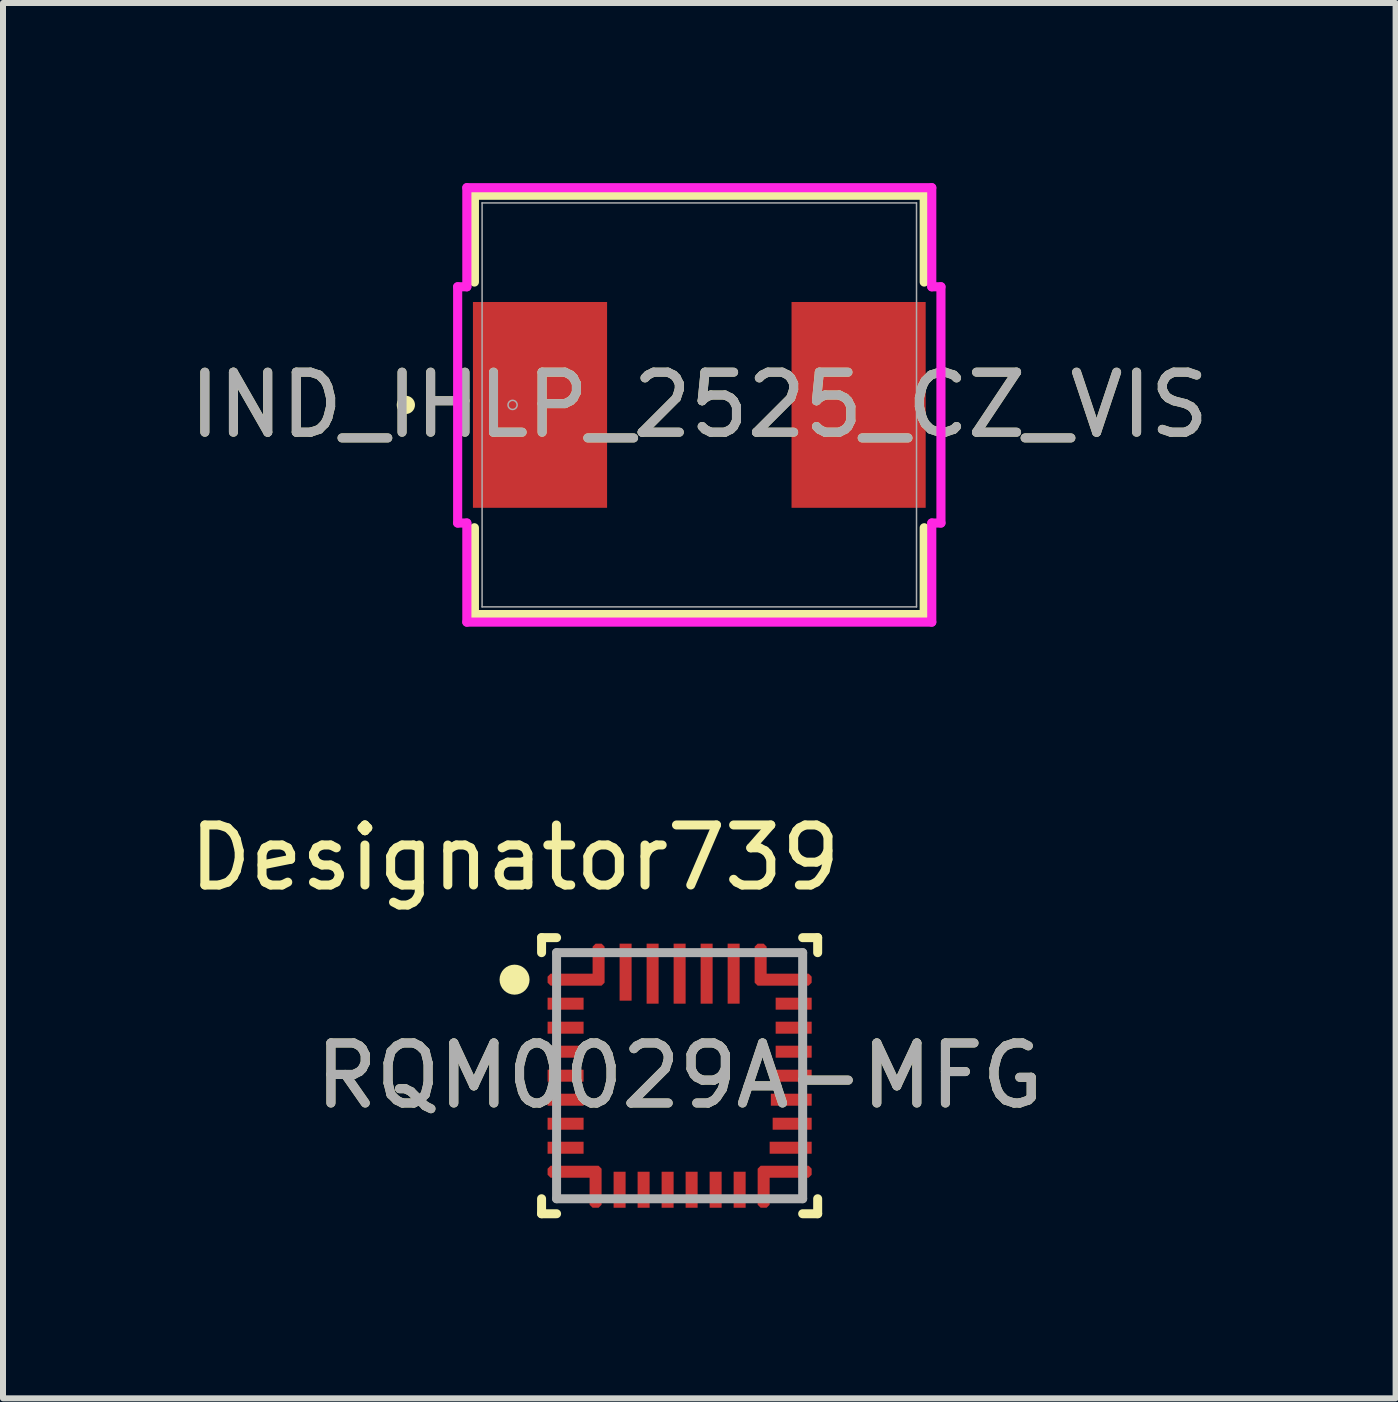
<source format=kicad_pcb>
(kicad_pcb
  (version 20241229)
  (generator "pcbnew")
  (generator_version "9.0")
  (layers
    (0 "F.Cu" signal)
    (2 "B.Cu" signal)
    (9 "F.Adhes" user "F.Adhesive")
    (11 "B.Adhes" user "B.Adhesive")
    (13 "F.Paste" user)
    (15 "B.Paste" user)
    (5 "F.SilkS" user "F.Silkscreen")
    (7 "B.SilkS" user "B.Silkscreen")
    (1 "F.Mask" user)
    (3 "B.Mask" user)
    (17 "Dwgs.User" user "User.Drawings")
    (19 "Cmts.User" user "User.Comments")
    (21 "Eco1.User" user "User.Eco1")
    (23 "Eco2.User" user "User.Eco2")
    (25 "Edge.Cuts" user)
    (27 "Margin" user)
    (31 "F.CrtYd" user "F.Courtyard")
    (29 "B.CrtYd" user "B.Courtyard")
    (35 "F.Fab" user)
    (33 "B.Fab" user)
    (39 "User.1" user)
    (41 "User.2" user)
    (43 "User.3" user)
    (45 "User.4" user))
  (footprint "IND_IHLP_2525_CZ_VIS"
    (layer "F.Cu")
    (at 8.601 3.696)
    (property "Reference" "IND_IHLP_2525_CZ_VIS" (at 0 0 0) (unlocked yes) (layer "F.SilkS") (effects (font (size 1 1) (thickness 0.15))))
    (attr smd)
    (fp_line (start -3.747 -3.493) (end -3.747 -2.047) (stroke (width 0.152) (type solid)) (layer "F.SilkS"))
    (fp_line (start -3.747 2.047) (end -3.747 3.493) (stroke (width 0.152) (type solid)) (layer "F.SilkS"))
    (fp_line (start -3.747 3.493) (end 3.747 3.493) (stroke (width 0.152) (type solid)) (layer "F.SilkS"))
    (fp_line (start 3.747 -3.493) (end -3.747 -3.493) (stroke (width 0.152) (type solid)) (layer "F.SilkS"))
    (fp_line (start 3.747 -2.047) (end 3.747 -3.493) (stroke (width 0.152) (type solid)) (layer "F.SilkS"))
    (fp_line (start 3.747 3.493) (end 3.747 2.047) (stroke (width 0.152) (type solid)) (layer "F.SilkS"))
    (fp_circle (center -4.889 0) (end -4.813 0) (stroke (width 0.152) (type solid)) (fill no) (layer "F.SilkS"))
    (fp_line (start -4.026 -1.968) (end -3.873 -1.968) (stroke (width 0.152) (type solid)) (layer "F.CrtYd"))
    (fp_line (start -4.026 1.968) (end -4.026 -1.968) (stroke (width 0.152) (type solid)) (layer "F.CrtYd"))
    (fp_line (start -3.873 -3.619) (end 3.873 -3.619) (stroke (width 0.152) (type solid)) (layer "F.CrtYd"))
    (fp_line (start -3.873 -1.968) (end -3.873 -3.619) (stroke (width 0.152) (type solid)) (layer "F.CrtYd"))
    (fp_line (start -3.873 1.968) (end -4.026 1.968) (stroke (width 0.152) (type solid)) (layer "F.CrtYd"))
    (fp_line (start -3.873 3.619) (end -3.873 1.968) (stroke (width 0.152) (type solid)) (layer "F.CrtYd"))
    (fp_line (start 3.873 -3.619) (end 3.873 -1.968) (stroke (width 0.152) (type solid)) (layer "F.CrtYd"))
    (fp_line (start 3.873 -1.968) (end 4.026 -1.968) (stroke (width 0.152) (type solid)) (layer "F.CrtYd"))
    (fp_line (start 3.873 1.968) (end 3.873 3.619) (stroke (width 0.152) (type solid)) (layer "F.CrtYd"))
    (fp_line (start 3.873 3.619) (end -3.873 3.619) (stroke (width 0.152) (type solid)) (layer "F.CrtYd"))
    (fp_line (start 4.026 -1.968) (end 4.026 1.968) (stroke (width 0.152) (type solid)) (layer "F.CrtYd"))
    (fp_line (start 4.026 1.968) (end 3.873 1.968) (stroke (width 0.152) (type solid)) (layer "F.CrtYd"))
    (fp_line (start -3.619 -3.365) (end -3.619 3.365) (stroke (width 0.025) (type solid)) (layer "F.Fab"))
    (fp_line (start -3.619 3.365) (end 3.619 3.365) (stroke (width 0.025) (type solid)) (layer "F.Fab"))
    (fp_line (start 3.619 -3.365) (end -3.619 -3.365) (stroke (width 0.025) (type solid)) (layer "F.Fab"))
    (fp_line (start 3.619 3.365) (end 3.619 -3.365) (stroke (width 0.025) (type solid)) (layer "F.Fab"))
    (fp_circle (center -3.111 0) (end -3.035 0) (stroke (width 0.025) (type solid)) (fill no) (layer "F.Fab"))
    (fp_text user "${REFERENCE}" (at 0 0 0) (unlocked yes) (layer "F.Fab") (effects (font (size 1 1) (thickness 0.15))))
    (pad "1" smd rect (at -2.654 0 90) (size 3.429 2.235) (layers "F.Cu" "F.Mask" "F.Paste"))
    (pad "2" smd rect (at 2.654 0 90) (size 3.429 2.235) (layers "F.Cu" "F.Mask" "F.Paste"))
    (zone (net_name "") (layer "F.Cu") (hatch full 0.508) (connect_pads) (min_thickness 0.254) (filled_areas_thickness no) (keepout (tracks not_allowed) (vias not_allowed) (pads allowed) (copperpour not_allowed) (footprints allowed)) (placement (enabled no)) (fill) (polygon (pts (xy 5.032 0.381) (xy 12.17 0.381) (xy 12.17 1.93) (xy 5.032 1.93))))
    (zone (net_name "") (layer "F.Cu") (hatch full 0.508) (connect_pads) (min_thickness 0.254) (filled_areas_thickness no) (keepout (tracks not_allowed) (vias not_allowed) (pads allowed) (copperpour not_allowed) (footprints allowed)) (placement (enabled no)) (fill) (polygon (pts (xy 5.032 5.461) (xy 12.17 5.461) (xy 12.17 7.01) (xy 5.032 7.01))))
    (zone (net_name "") (layer "F.Cu") (hatch full 0.508) (connect_pads) (min_thickness 0.254) (filled_areas_thickness no) (keepout (tracks not_allowed) (vias not_allowed) (pads allowed) (copperpour not_allowed) (footprints allowed)) (placement (enabled no)) (fill) (polygon (pts (xy 7.115 1.93) (xy 10.087 1.93) (xy 10.087 5.461) (xy 7.115 5.461)))))
  (footprint "RQM0029A-MFG"
    (layer "F.Cu")
    (at 8.273 14.872)
    (property "Reference" "RQM0029A-MFG" (at 0 0 0) (unlocked yes) (layer "F.SilkS") (effects (font (size 1 1) (thickness 0.15))))
    (attr smd)
    (fp_poly (pts (xy -2.2 -1.65) (xy -2.15 -1.7) (xy -1.45 -1.7) (xy -1.45 -2.15) (xy -1.4 -2.2) (xy -1.3 -2.2) (xy -1.25 -2.15) (xy -1.25 -1.55) (xy -1.3 -1.5) (xy -2.15 -1.5) (xy -2.2 -1.55)) (stroke (width 0) (type solid)) (fill yes) (layer "F.Cu"))
    (fp_poly (pts (xy -2.2 1.65) (xy -2.15 1.7) (xy -1.5 1.7) (xy -1.5 2.15) (xy -1.45 2.2) (xy -1.35 2.2) (xy -1.3 2.15) (xy -1.3 1.55) (xy -1.35 1.5) (xy -2.15 1.5) (xy -2.2 1.55)) (stroke (width 0) (type solid)) (fill yes) (layer "F.Cu"))
    (fp_poly (pts (xy 2.2 -1.65) (xy 2.15 -1.7) (xy 1.45 -1.7) (xy 1.45 -2.15) (xy 1.4 -2.2) (xy 1.3 -2.2) (xy 1.25 -2.15) (xy 1.25 -1.55) (xy 1.3 -1.5) (xy 2.15 -1.5) (xy 2.2 -1.55)) (stroke (width 0) (type solid)) (fill yes) (layer "F.Cu"))
    (fp_poly (pts (xy 2.2 1.65) (xy 2.15 1.7) (xy 1.5 1.7) (xy 1.5 2.15) (xy 1.45 2.2) (xy 1.35 2.2) (xy 1.3 2.15) (xy 1.3 1.55) (xy 1.35 1.5) (xy 2.15 1.5) (xy 2.2 1.55)) (stroke (width 0) (type solid)) (fill yes) (layer "F.Cu"))
    (fp_poly (pts (xy -2.2 -1.65) (xy -2.15 -1.7) (xy -1.45 -1.7) (xy -1.45 -2.15) (xy -1.4 -2.2) (xy -1.3 -2.2) (xy -1.25 -2.15) (xy -1.25 -1.55) (xy -1.3 -1.5) (xy -2.15 -1.5) (xy -2.2 -1.55)) (stroke (width 0) (type solid)) (fill yes) (layer "F.Mask"))
    (fp_poly (pts (xy -2.2 1.65) (xy -2.2 1.55) (xy -2.15 1.5) (xy -1.35 1.5) (xy -1.3 1.55) (xy -1.3 2.15) (xy -1.35 2.2) (xy -1.45 2.2) (xy -1.5 2.15) (xy -1.5 1.7) (xy -2.15 1.7)) (stroke (width 0) (type solid)) (fill yes) (layer "F.Mask"))
    (fp_poly (pts (xy 2.2 -1.65) (xy 2.2 -1.55) (xy 2.15 -1.5) (xy 1.3 -1.5) (xy 1.25 -1.55) (xy 1.25 -2.15) (xy 1.3 -2.2) (xy 1.4 -2.2) (xy 1.45 -2.15) (xy 1.45 -1.7) (xy 2.15 -1.7)) (stroke (width 0) (type solid)) (fill yes) (layer "F.Mask"))
    (fp_poly (pts (xy 2.2 1.65) (xy 2.15 1.7) (xy 1.5 1.7) (xy 1.5 2.15) (xy 1.45 2.2) (xy 1.35 2.2) (xy 1.3 2.15) (xy 1.3 1.55) (xy 1.35 1.5) (xy 2.15 1.5) (xy 2.2 1.55)) (stroke (width 0) (type solid)) (fill yes) (layer "F.Mask"))
    (fp_line (start -2.3 -2.3) (end -2.05 -2.3) (stroke (width 0.15) (type solid)) (layer "F.SilkS"))
    (fp_line (start -2.3 -2.05) (end -2.3 -2.3) (stroke (width 0.15) (type solid)) (layer "F.SilkS"))
    (fp_line (start -2.3 2.3) (end -2.3 2.05) (stroke (width 0.15) (type solid)) (layer "F.SilkS"))
    (fp_line (start -2.3 2.3) (end -2.05 2.3) (stroke (width 0.15) (type solid)) (layer "F.SilkS"))
    (fp_line (start 2.05 -2.3) (end 2.3 -2.3) (stroke (width 0.15) (type solid)) (layer "F.SilkS"))
    (fp_line (start 2.05 2.3) (end 2.3 2.3) (stroke (width 0.15) (type solid)) (layer "F.SilkS"))
    (fp_line (start 2.3 -2.05) (end 2.3 -2.3) (stroke (width 0.15) (type solid)) (layer "F.SilkS"))
    (fp_line (start 2.3 2.3) (end 2.3 2.05) (stroke (width 0.15) (type solid)) (layer "F.SilkS"))
    (fp_circle (center -2.75 -1.6) (end -2.625 -1.6) (stroke (width 0.25) (type solid)) (fill no) (layer "F.SilkS"))
    (fp_poly (pts (xy -2.2 -1.65) (xy -2.15 -1.7) (xy -1.45 -1.7) (xy -1.45 -2.15) (xy -1.4 -2.2) (xy -1.3 -2.2) (xy -1.25 -2.15) (xy -1.25 -1.55) (xy -1.3 -1.5) (xy -2.15 -1.5) (xy -2.2 -1.55)) (stroke (width 0) (type solid)) (fill yes) (layer "F.Paste"))
    (fp_poly (pts (xy -2.2 1.65) (xy -2.2 1.55) (xy -2.15 1.5) (xy -1.35 1.5) (xy -1.3 1.55) (xy -1.3 2.15) (xy -1.35 2.2) (xy -1.45 2.2) (xy -1.5 2.15) (xy -1.5 1.7) (xy -2.15 1.7)) (stroke (width 0) (type solid)) (fill yes) (layer "F.Paste"))
    (fp_poly (pts (xy 2.2 -1.65) (xy 2.2 -1.55) (xy 2.15 -1.5) (xy 1.3 -1.5) (xy 1.25 -1.55) (xy 1.25 -2.15) (xy 1.3 -2.2) (xy 1.4 -2.2) (xy 1.45 -2.15) (xy 1.45 -1.7) (xy 2.15 -1.7)) (stroke (width 0) (type solid)) (fill yes) (layer "F.Paste"))
    (fp_poly (pts (xy 2.2 1.65) (xy 2.15 1.7) (xy 1.5 1.7) (xy 1.5 2.15) (xy 1.45 2.2) (xy 1.35 2.2) (xy 1.3 2.15) (xy 1.3 1.55) (xy 1.35 1.5) (xy 2.15 1.5) (xy 2.2 1.55)) (stroke (width 0) (type solid)) (fill yes) (layer "F.Paste"))
    (fp_line (start -2.05 -2.05) (end 2.05 -2.05) (stroke (width 0.15) (type solid)) (layer "F.Fab"))
    (fp_line (start -2.05 2.05) (end -2.05 -2.05) (stroke (width 0.15) (type solid)) (layer "F.Fab"))
    (fp_line (start -2.05 2.05) (end 2.05 2.05) (stroke (width 0.15) (type solid)) (layer "F.Fab"))
    (fp_line (start 2.05 2.05) (end 2.05 -2.05) (stroke (width 0.15) (type solid)) (layer "F.Fab"))
    (fp_text user "Designator739" (at -2.743 -3.632 0) (unlocked yes) (layer "F.SilkS") (effects (font (size 1 1) (thickness 0.15))))
    (fp_text user "${REFERENCE}" (at 0 0 0) (unlocked yes) (layer "F.Fab") (effects (font (size 1 1) (thickness 0.15))))
    (pad "1" smd circle (at -1.369 -1.631) (size 0.192 0.192) (layers "F.Cu" "F.Mask" "F.Paste"))
    (pad "2" smd rect (at -1.9 -1.2) (size 0.6 0.2) (layers "F.Cu" "F.Mask" "F.Paste"))
    (pad "3" smd rect (at -1.9 -0.8) (size 0.6 0.2) (layers "F.Cu" "F.Mask" "F.Paste"))
    (pad "4" smd rect (at -1.9 -0.4) (size 0.6 0.2) (layers "F.Cu" "F.Mask" "F.Paste"))
    (pad "5" smd rect (at -1.9 0) (size 0.6 0.2) (layers "F.Cu" "F.Mask" "F.Paste"))
    (pad "6" smd rect (at -1.9 0.4) (size 0.6 0.2) (layers "F.Cu" "F.Mask" "F.Paste"))
    (pad "7" smd rect (at -1.9 0.8) (size 0.6 0.2) (layers "F.Cu" "F.Mask" "F.Paste"))
    (pad "8" smd rect (at -1.9 1.2) (size 0.6 0.2) (layers "F.Cu" "F.Mask" "F.Paste"))
    (pad "9" smd circle (at -1.412 1.937) (size 0.158 0.158) (layers "F.Cu" "F.Mask" "F.Paste"))
    (pad "10" smd rect (at -1 1.9 90) (size 0.6 0.2) (layers "F.Cu" "F.Mask" "F.Paste"))
    (pad "11" smd rect (at -0.6 1.9 90) (size 0.6 0.2) (layers "F.Cu" "F.Mask" "F.Paste"))
    (pad "12" smd rect (at -0.2 1.9 90) (size 0.6 0.2) (layers "F.Cu" "F.Mask" "F.Paste"))
    (pad "13" smd rect (at 0.2 1.9 90) (size 0.6 0.2) (layers "F.Cu" "F.Mask" "F.Paste"))
    (pad "14" smd rect (at 0.6 1.9 90) (size 0.6 0.2) (layers "F.Cu" "F.Mask" "F.Paste"))
    (pad "15" smd rect (at 1 1.9 90) (size 0.6 0.2) (layers "F.Cu" "F.Mask" "F.Paste"))
    (pad "16" smd circle (at 1.431 1.631) (size 0.175 0.175) (layers "F.Cu" "F.Mask" "F.Paste"))
    (pad "17" smd rect (at 1.85 1.2) (size 0.7 0.2) (layers "F.Cu" "F.Mask" "F.Paste"))
    (pad "18" smd rect (at 1.875 0.8) (size 0.65 0.2) (layers "F.Cu" "F.Mask" "F.Paste"))
    (pad "19" smd rect (at 1.86 0.4) (size 0.68 0.2) (layers "F.Cu" "F.Mask" "F.Paste"))
    (pad "20" smd rect (at 1.9 0) (size 0.6 0.2) (layers "F.Cu" "F.Mask" "F.Paste"))
    (pad "21" smd rect (at 1.9 -0.4) (size 0.6 0.2) (layers "F.Cu" "F.Mask" "F.Paste"))
    (pad "22" smd rect (at 1.9 -0.8) (size 0.6 0.2) (layers "F.Cu" "F.Mask" "F.Paste"))
    (pad "23" smd rect (at 1.9 -1.2) (size 0.6 0.2) (layers "F.Cu" "F.Mask" "F.Paste"))
    (pad "24" smd circle (at 1.381 -1.631) (size 0.175 0.175) (layers "F.Cu" "F.Mask" "F.Paste"))
    (pad "25" smd rect (at 0.9 -1.7) (size 0.2 1) (layers "F.Cu" "F.Mask" "F.Paste"))
    (pad "26" smd rect (at 0.45 -1.7) (size 0.2 1) (layers "F.Cu" "F.Mask" "F.Paste"))
    (pad "27" smd rect (at 0 -1.7) (size 0.2 1) (layers "F.Cu" "F.Mask" "F.Paste"))
    (pad "28" smd rect (at -0.45 -1.7) (size 0.2 1) (layers "F.Cu" "F.Mask" "F.Paste"))
    (pad "29" smd rect (at -0.9 -1.725) (size 0.2 0.95) (layers "F.Cu" "F.Mask" "F.Paste")))
  (gr_rect
    (start -3 -3)
    (end 20.202 20.247)
    (stroke (width 0.1) (type default))
    (fill no)
    (layer "Edge.Cuts")))
</source>
